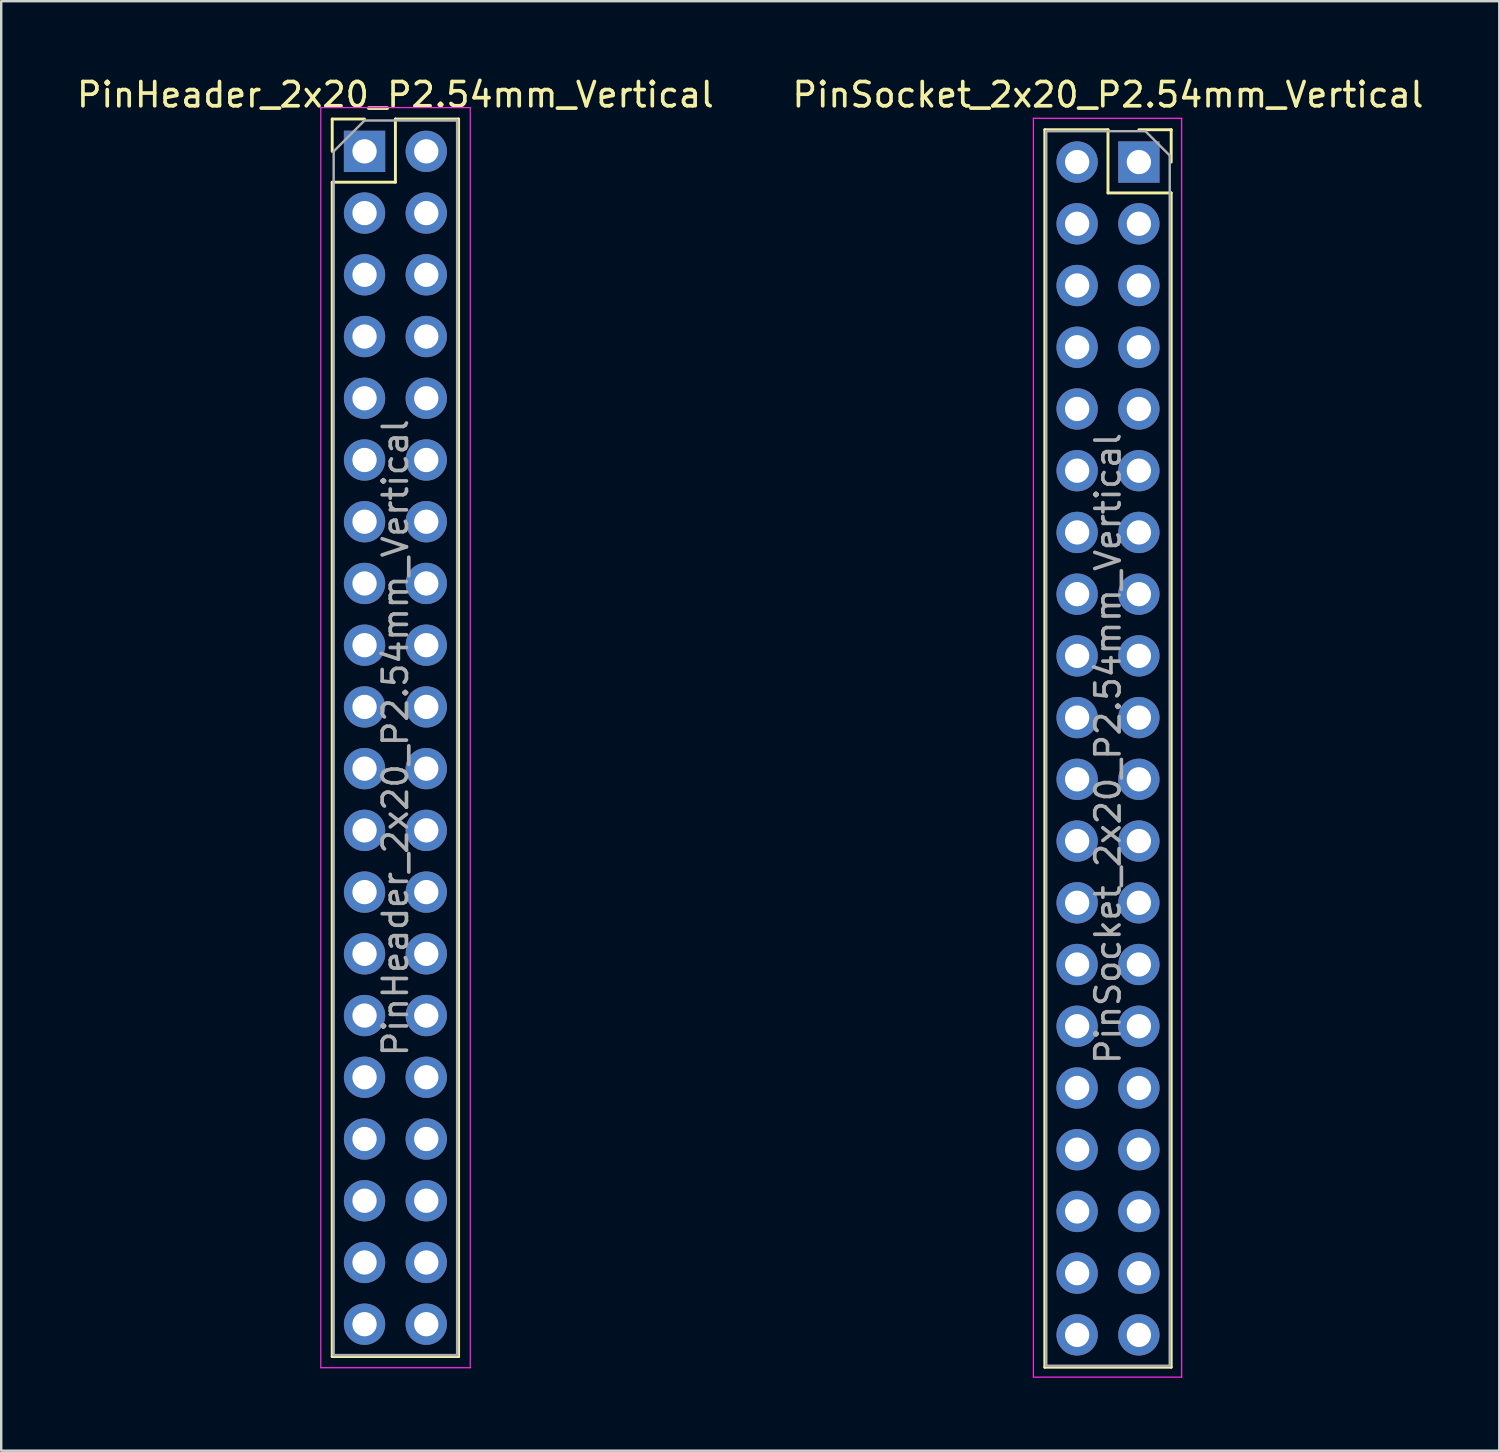
<source format=kicad_pcb>
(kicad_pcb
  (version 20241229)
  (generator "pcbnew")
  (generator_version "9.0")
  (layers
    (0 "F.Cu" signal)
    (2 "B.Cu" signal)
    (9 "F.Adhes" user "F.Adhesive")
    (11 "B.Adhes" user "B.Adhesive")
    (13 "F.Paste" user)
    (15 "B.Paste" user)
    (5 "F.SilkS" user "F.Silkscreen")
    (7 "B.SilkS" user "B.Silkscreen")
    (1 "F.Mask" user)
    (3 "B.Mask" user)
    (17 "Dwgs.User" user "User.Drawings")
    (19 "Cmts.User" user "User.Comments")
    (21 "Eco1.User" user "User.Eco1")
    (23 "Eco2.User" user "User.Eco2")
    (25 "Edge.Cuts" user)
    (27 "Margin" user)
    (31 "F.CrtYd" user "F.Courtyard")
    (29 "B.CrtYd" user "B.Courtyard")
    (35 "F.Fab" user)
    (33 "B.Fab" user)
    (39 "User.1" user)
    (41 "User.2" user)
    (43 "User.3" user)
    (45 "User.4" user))
  (footprint "PinHeader_2x20_P2.54mm_Vertical"
    (layer "F.Cu")
    (at 13.25 27.278)
    (property "Reference" "PinHeader_2x20_P2.54mm_Vertical" (at -0.03 -26.43 0) (layer "F.SilkS") (effects (font (size 1 1) (thickness 0.15))))
    (attr through_hole)
    (fp_line (start -2.63 -25.43) (end -1.3 -25.43) (stroke (width 0.12) (type solid)) (layer "F.SilkS"))
    (fp_line (start -2.63 -24.1) (end -2.63 -25.43) (stroke (width 0.12) (type solid)) (layer "F.SilkS"))
    (fp_line (start -2.63 -22.83) (end -2.63 25.49) (stroke (width 0.12) (type solid)) (layer "F.SilkS"))
    (fp_line (start -2.63 -22.83) (end -0.03 -22.83) (stroke (width 0.12) (type solid)) (layer "F.SilkS"))
    (fp_line (start -2.63 25.49) (end 2.57 25.49) (stroke (width 0.12) (type solid)) (layer "F.SilkS"))
    (fp_line (start -0.03 -25.43) (end 2.57 -25.43) (stroke (width 0.12) (type solid)) (layer "F.SilkS"))
    (fp_line (start -0.03 -22.83) (end -0.03 -25.43) (stroke (width 0.12) (type solid)) (layer "F.SilkS"))
    (fp_line (start 2.57 -25.43) (end 2.57 25.49) (stroke (width 0.12) (type solid)) (layer "F.SilkS"))
    (fp_line (start -3.1 -25.9) (end -3.1 25.95) (stroke (width 0.05) (type solid)) (layer "F.CrtYd"))
    (fp_line (start -3.1 25.95) (end 3.05 25.95) (stroke (width 0.05) (type solid)) (layer "F.CrtYd"))
    (fp_line (start 3.05 -25.9) (end -3.1 -25.9) (stroke (width 0.05) (type solid)) (layer "F.CrtYd"))
    (fp_line (start 3.05 25.95) (end 3.05 -25.9) (stroke (width 0.05) (type solid)) (layer "F.CrtYd"))
    (fp_line (start -2.57 -24.1) (end -1.3 -25.37) (stroke (width 0.1) (type solid)) (layer "F.Fab"))
    (fp_line (start -2.57 25.43) (end -2.57 -24.1) (stroke (width 0.1) (type solid)) (layer "F.Fab"))
    (fp_line (start -1.3 -25.37) (end 2.51 -25.37) (stroke (width 0.1) (type solid)) (layer "F.Fab"))
    (fp_line (start 2.51 -25.37) (end 2.51 25.43) (stroke (width 0.1) (type solid)) (layer "F.Fab"))
    (fp_line (start 2.51 25.43) (end -2.57 25.43) (stroke (width 0.1) (type solid)) (layer "F.Fab"))
    (fp_text user "${REFERENCE}" (at -0.03 0.03 90) (layer "F.Fab") (effects (font (size 1 1) (thickness 0.15))))
    (pad "1" thru_hole rect (at -1.3 -24.1) (size 1.7 1.7) (drill 1) (layers "*.Cu" "*.Mask"))
    (pad "2" thru_hole oval (at 1.24 -24.1) (size 1.7 1.7) (drill 1) (layers "*.Cu" "*.Mask"))
    (pad "3" thru_hole oval (at -1.3 -21.56) (size 1.7 1.7) (drill 1) (layers "*.Cu" "*.Mask"))
    (pad "4" thru_hole oval (at 1.24 -21.56) (size 1.7 1.7) (drill 1) (layers "*.Cu" "*.Mask"))
    (pad "5" thru_hole oval (at -1.3 -19.02) (size 1.7 1.7) (drill 1) (layers "*.Cu" "*.Mask"))
    (pad "6" thru_hole oval (at 1.24 -19.02) (size 1.7 1.7) (drill 1) (layers "*.Cu" "*.Mask"))
    (pad "7" thru_hole oval (at -1.3 -16.48) (size 1.7 1.7) (drill 1) (layers "*.Cu" "*.Mask"))
    (pad "8" thru_hole oval (at 1.24 -16.48) (size 1.7 1.7) (drill 1) (layers "*.Cu" "*.Mask"))
    (pad "9" thru_hole oval (at -1.3 -13.94) (size 1.7 1.7) (drill 1) (layers "*.Cu" "*.Mask"))
    (pad "10" thru_hole oval (at 1.24 -13.94) (size 1.7 1.7) (drill 1) (layers "*.Cu" "*.Mask"))
    (pad "11" thru_hole oval (at -1.3 -11.4) (size 1.7 1.7) (drill 1) (layers "*.Cu" "*.Mask"))
    (pad "12" thru_hole oval (at 1.24 -11.4) (size 1.7 1.7) (drill 1) (layers "*.Cu" "*.Mask"))
    (pad "13" thru_hole oval (at -1.3 -8.86) (size 1.7 1.7) (drill 1) (layers "*.Cu" "*.Mask"))
    (pad "14" thru_hole oval (at 1.24 -8.86) (size 1.7 1.7) (drill 1) (layers "*.Cu" "*.Mask"))
    (pad "15" thru_hole oval (at -1.3 -6.32) (size 1.7 1.7) (drill 1) (layers "*.Cu" "*.Mask"))
    (pad "16" thru_hole oval (at 1.24 -6.32) (size 1.7 1.7) (drill 1) (layers "*.Cu" "*.Mask"))
    (pad "17" thru_hole oval (at -1.3 -3.78) (size 1.7 1.7) (drill 1) (layers "*.Cu" "*.Mask"))
    (pad "18" thru_hole oval (at 1.24 -3.78) (size 1.7 1.7) (drill 1) (layers "*.Cu" "*.Mask"))
    (pad "19" thru_hole oval (at -1.3 -1.24) (size 1.7 1.7) (drill 1) (layers "*.Cu" "*.Mask"))
    (pad "20" thru_hole oval (at 1.24 -1.24) (size 1.7 1.7) (drill 1) (layers "*.Cu" "*.Mask"))
    (pad "21" thru_hole oval (at -1.3 1.3) (size 1.7 1.7) (drill 1) (layers "*.Cu" "*.Mask"))
    (pad "22" thru_hole oval (at 1.24 1.3) (size 1.7 1.7) (drill 1) (layers "*.Cu" "*.Mask"))
    (pad "23" thru_hole oval (at -1.3 3.84) (size 1.7 1.7) (drill 1) (layers "*.Cu" "*.Mask"))
    (pad "24" thru_hole oval (at 1.24 3.84) (size 1.7 1.7) (drill 1) (layers "*.Cu" "*.Mask"))
    (pad "25" thru_hole oval (at -1.3 6.38) (size 1.7 1.7) (drill 1) (layers "*.Cu" "*.Mask"))
    (pad "26" thru_hole oval (at 1.24 6.38) (size 1.7 1.7) (drill 1) (layers "*.Cu" "*.Mask"))
    (pad "27" thru_hole oval (at -1.3 8.92) (size 1.7 1.7) (drill 1) (layers "*.Cu" "*.Mask"))
    (pad "28" thru_hole oval (at 1.24 8.92) (size 1.7 1.7) (drill 1) (layers "*.Cu" "*.Mask"))
    (pad "29" thru_hole oval (at -1.3 11.46) (size 1.7 1.7) (drill 1) (layers "*.Cu" "*.Mask"))
    (pad "30" thru_hole oval (at 1.24 11.46) (size 1.7 1.7) (drill 1) (layers "*.Cu" "*.Mask"))
    (pad "31" thru_hole oval (at -1.3 14) (size 1.7 1.7) (drill 1) (layers "*.Cu" "*.Mask"))
    (pad "32" thru_hole oval (at 1.24 14) (size 1.7 1.7) (drill 1) (layers "*.Cu" "*.Mask"))
    (pad "33" thru_hole oval (at -1.3 16.54) (size 1.7 1.7) (drill 1) (layers "*.Cu" "*.Mask"))
    (pad "34" thru_hole oval (at 1.24 16.54) (size 1.7 1.7) (drill 1) (layers "*.Cu" "*.Mask"))
    (pad "35" thru_hole oval (at -1.3 19.08) (size 1.7 1.7) (drill 1) (layers "*.Cu" "*.Mask"))
    (pad "36" thru_hole oval (at 1.24 19.08) (size 1.7 1.7) (drill 1) (layers "*.Cu" "*.Mask"))
    (pad "37" thru_hole oval (at -1.3 21.62) (size 1.7 1.7) (drill 1) (layers "*.Cu" "*.Mask"))
    (pad "38" thru_hole oval (at 1.24 21.62) (size 1.7 1.7) (drill 1) (layers "*.Cu" "*.Mask"))
    (pad "39" thru_hole oval (at -1.3 24.16) (size 1.7 1.7) (drill 1) (layers "*.Cu" "*.Mask"))
    (pad "40" thru_hole oval (at 1.24 24.16) (size 1.7 1.7) (drill 1) (layers "*.Cu" "*.Mask")))
  (footprint "PinSocket_2x20_P2.54mm_Vertical"
    (layer "F.Cu")
    (at 42.512 27.718)
    (property "Reference" "PinSocket_2x20_P2.54mm_Vertical" (at 0.03 -26.87 0) (layer "F.SilkS") (effects (font (size 1 1) (thickness 0.15))))
    (attr through_hole)
    (fp_line (start -2.57 -25.43) (end -2.57 25.49) (stroke (width 0.12) (type solid)) (layer "F.SilkS"))
    (fp_line (start -2.57 -25.43) (end 0.03 -25.43) (stroke (width 0.12) (type solid)) (layer "F.SilkS"))
    (fp_line (start -2.57 25.49) (end 2.63 25.49) (stroke (width 0.12) (type solid)) (layer "F.SilkS"))
    (fp_line (start 0.03 -25.43) (end 0.03 -22.83) (stroke (width 0.12) (type solid)) (layer "F.SilkS"))
    (fp_line (start 0.03 -22.83) (end 2.63 -22.83) (stroke (width 0.12) (type solid)) (layer "F.SilkS"))
    (fp_line (start 1.3 -25.43) (end 2.63 -25.43) (stroke (width 0.12) (type solid)) (layer "F.SilkS"))
    (fp_line (start 2.63 -25.43) (end 2.63 -24.1) (stroke (width 0.12) (type solid)) (layer "F.SilkS"))
    (fp_line (start 2.63 -22.83) (end 2.63 25.49) (stroke (width 0.12) (type solid)) (layer "F.SilkS"))
    (fp_line (start -3.04 -25.9) (end 3.06 -25.9) (stroke (width 0.05) (type solid)) (layer "F.CrtYd"))
    (fp_line (start -3.04 25.9) (end -3.04 -25.9) (stroke (width 0.05) (type solid)) (layer "F.CrtYd"))
    (fp_line (start 3.06 -25.9) (end 3.06 25.9) (stroke (width 0.05) (type solid)) (layer "F.CrtYd"))
    (fp_line (start 3.06 25.9) (end -3.04 25.9) (stroke (width 0.05) (type solid)) (layer "F.CrtYd"))
    (fp_line (start -2.51 -25.37) (end 1.57 -25.37) (stroke (width 0.1) (type solid)) (layer "F.Fab"))
    (fp_line (start -2.51 25.43) (end -2.51 -25.37) (stroke (width 0.1) (type solid)) (layer "F.Fab"))
    (fp_line (start 1.57 -25.37) (end 2.57 -24.37) (stroke (width 0.1) (type solid)) (layer "F.Fab"))
    (fp_line (start 2.57 -24.37) (end 2.57 25.43) (stroke (width 0.1) (type solid)) (layer "F.Fab"))
    (fp_line (start 2.57 25.43) (end -2.51 25.43) (stroke (width 0.1) (type solid)) (layer "F.Fab"))
    (fp_text user "${REFERENCE}" (at 0.03 0.03 90) (layer "F.Fab") (effects (font (size 1 1) (thickness 0.15))))
    (pad "1" thru_hole rect (at 1.3 -24.1) (size 1.7 1.7) (drill 1) (layers "*.Cu" "*.Mask"))
    (pad "2" thru_hole oval (at -1.24 -24.1) (size 1.7 1.7) (drill 1) (layers "*.Cu" "*.Mask"))
    (pad "3" thru_hole oval (at 1.3 -21.56) (size 1.7 1.7) (drill 1) (layers "*.Cu" "*.Mask"))
    (pad "4" thru_hole oval (at -1.24 -21.56) (size 1.7 1.7) (drill 1) (layers "*.Cu" "*.Mask"))
    (pad "5" thru_hole oval (at 1.3 -19.02) (size 1.7 1.7) (drill 1) (layers "*.Cu" "*.Mask"))
    (pad "6" thru_hole oval (at -1.24 -19.02) (size 1.7 1.7) (drill 1) (layers "*.Cu" "*.Mask"))
    (pad "7" thru_hole oval (at 1.3 -16.48) (size 1.7 1.7) (drill 1) (layers "*.Cu" "*.Mask"))
    (pad "8" thru_hole oval (at -1.24 -16.48) (size 1.7 1.7) (drill 1) (layers "*.Cu" "*.Mask"))
    (pad "9" thru_hole oval (at 1.3 -13.94) (size 1.7 1.7) (drill 1) (layers "*.Cu" "*.Mask"))
    (pad "10" thru_hole oval (at -1.24 -13.94) (size 1.7 1.7) (drill 1) (layers "*.Cu" "*.Mask"))
    (pad "11" thru_hole oval (at 1.3 -11.4) (size 1.7 1.7) (drill 1) (layers "*.Cu" "*.Mask"))
    (pad "12" thru_hole oval (at -1.24 -11.4) (size 1.7 1.7) (drill 1) (layers "*.Cu" "*.Mask"))
    (pad "13" thru_hole oval (at 1.3 -8.86) (size 1.7 1.7) (drill 1) (layers "*.Cu" "*.Mask"))
    (pad "14" thru_hole oval (at -1.24 -8.86) (size 1.7 1.7) (drill 1) (layers "*.Cu" "*.Mask"))
    (pad "15" thru_hole oval (at 1.3 -6.32) (size 1.7 1.7) (drill 1) (layers "*.Cu" "*.Mask"))
    (pad "16" thru_hole oval (at -1.24 -6.32) (size 1.7 1.7) (drill 1) (layers "*.Cu" "*.Mask"))
    (pad "17" thru_hole oval (at 1.3 -3.78) (size 1.7 1.7) (drill 1) (layers "*.Cu" "*.Mask"))
    (pad "18" thru_hole oval (at -1.24 -3.78) (size 1.7 1.7) (drill 1) (layers "*.Cu" "*.Mask"))
    (pad "19" thru_hole oval (at 1.3 -1.24) (size 1.7 1.7) (drill 1) (layers "*.Cu" "*.Mask"))
    (pad "20" thru_hole oval (at -1.24 -1.24) (size 1.7 1.7) (drill 1) (layers "*.Cu" "*.Mask"))
    (pad "21" thru_hole oval (at 1.3 1.3) (size 1.7 1.7) (drill 1) (layers "*.Cu" "*.Mask"))
    (pad "22" thru_hole oval (at -1.24 1.3) (size 1.7 1.7) (drill 1) (layers "*.Cu" "*.Mask"))
    (pad "23" thru_hole oval (at 1.3 3.84) (size 1.7 1.7) (drill 1) (layers "*.Cu" "*.Mask"))
    (pad "24" thru_hole oval (at -1.24 3.84) (size 1.7 1.7) (drill 1) (layers "*.Cu" "*.Mask"))
    (pad "25" thru_hole oval (at 1.3 6.38) (size 1.7 1.7) (drill 1) (layers "*.Cu" "*.Mask"))
    (pad "26" thru_hole oval (at -1.24 6.38) (size 1.7 1.7) (drill 1) (layers "*.Cu" "*.Mask"))
    (pad "27" thru_hole oval (at 1.3 8.92) (size 1.7 1.7) (drill 1) (layers "*.Cu" "*.Mask"))
    (pad "28" thru_hole oval (at -1.24 8.92) (size 1.7 1.7) (drill 1) (layers "*.Cu" "*.Mask"))
    (pad "29" thru_hole oval (at 1.3 11.46) (size 1.7 1.7) (drill 1) (layers "*.Cu" "*.Mask"))
    (pad "30" thru_hole oval (at -1.24 11.46) (size 1.7 1.7) (drill 1) (layers "*.Cu" "*.Mask"))
    (pad "31" thru_hole oval (at 1.3 14) (size 1.7 1.7) (drill 1) (layers "*.Cu" "*.Mask"))
    (pad "32" thru_hole oval (at -1.24 14) (size 1.7 1.7) (drill 1) (layers "*.Cu" "*.Mask"))
    (pad "33" thru_hole oval (at 1.3 16.54) (size 1.7 1.7) (drill 1) (layers "*.Cu" "*.Mask"))
    (pad "34" thru_hole oval (at -1.24 16.54) (size 1.7 1.7) (drill 1) (layers "*.Cu" "*.Mask"))
    (pad "35" thru_hole oval (at 1.3 19.08) (size 1.7 1.7) (drill 1) (layers "*.Cu" "*.Mask"))
    (pad "36" thru_hole oval (at -1.24 19.08) (size 1.7 1.7) (drill 1) (layers "*.Cu" "*.Mask"))
    (pad "37" thru_hole oval (at 1.3 21.62) (size 1.7 1.7) (drill 1) (layers "*.Cu" "*.Mask"))
    (pad "38" thru_hole oval (at -1.24 21.62) (size 1.7 1.7) (drill 1) (layers "*.Cu" "*.Mask"))
    (pad "39" thru_hole oval (at 1.3 24.16) (size 1.7 1.7) (drill 1) (layers "*.Cu" "*.Mask"))
    (pad "40" thru_hole oval (at -1.24 24.16) (size 1.7 1.7) (drill 1) (layers "*.Cu" "*.Mask")))
  (gr_rect
    (start -3 -3)
    (end 58.643 56.643)
    (stroke (width 0.1) (type default))
    (fill no)
    (layer "Edge.Cuts")))
</source>
